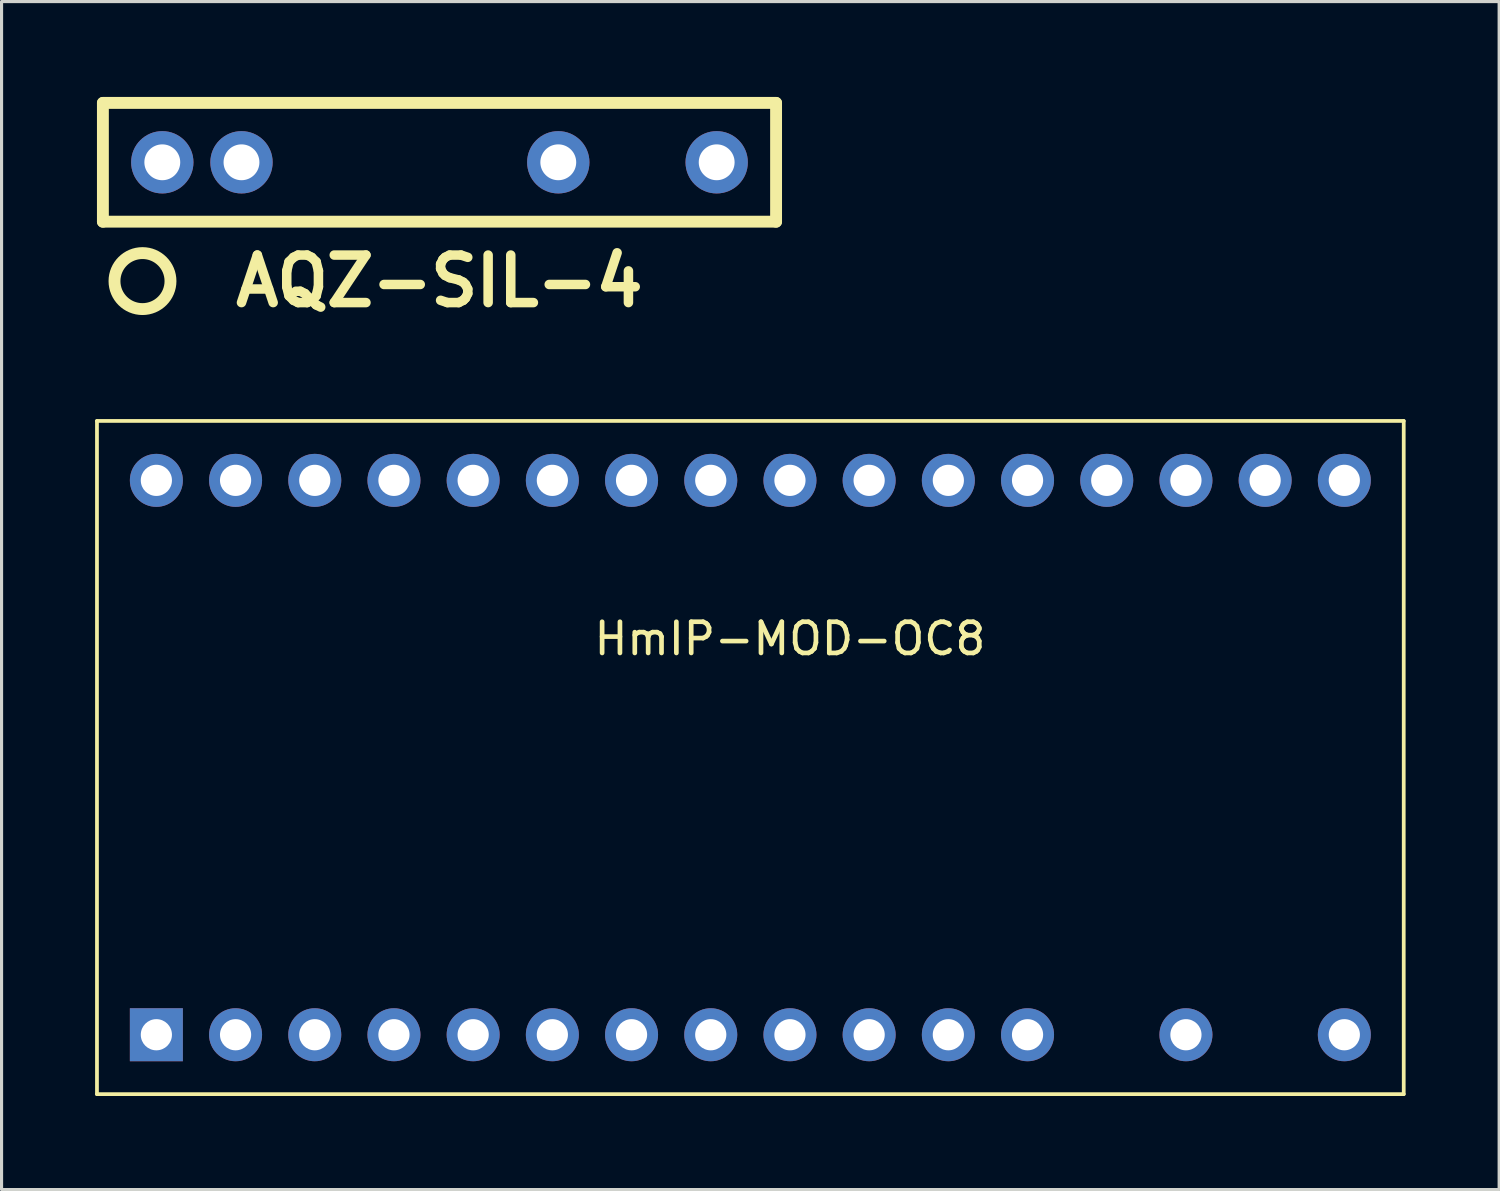
<source format=kicad_pcb>
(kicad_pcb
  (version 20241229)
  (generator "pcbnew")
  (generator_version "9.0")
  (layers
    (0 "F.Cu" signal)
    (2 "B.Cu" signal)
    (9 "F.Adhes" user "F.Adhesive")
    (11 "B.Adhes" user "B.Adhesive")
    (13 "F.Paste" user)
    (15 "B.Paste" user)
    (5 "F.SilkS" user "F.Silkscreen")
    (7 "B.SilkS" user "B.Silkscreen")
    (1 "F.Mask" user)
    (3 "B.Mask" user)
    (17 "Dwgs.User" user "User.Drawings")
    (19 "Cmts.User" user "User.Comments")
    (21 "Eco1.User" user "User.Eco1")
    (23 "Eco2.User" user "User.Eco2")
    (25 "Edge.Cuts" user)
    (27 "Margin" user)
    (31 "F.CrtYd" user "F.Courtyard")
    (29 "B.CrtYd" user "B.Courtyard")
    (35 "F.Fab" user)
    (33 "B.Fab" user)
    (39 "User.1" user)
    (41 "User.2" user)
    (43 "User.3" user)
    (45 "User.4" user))
  (footprint "HmIP-MOD-OC8"
    (layer "F.Cu")
    (at 1.965 30.136)
    (property "Reference" "HmIP-MOD-OC8" (at 20.32 -12.7 0) (layer "F.SilkS") (effects (font (size 1 1) (thickness 0.15))))
    (attr through_hole)
    (fp_line (start -1.905 -19.685) (end 40.005 -19.685) (stroke (width 0.12) (type solid)) (layer "F.SilkS"))
    (fp_line (start -1.905 1.905) (end -1.905 -19.685) (stroke (width 0.12) (type solid)) (layer "F.SilkS"))
    (fp_line (start 40.005 -19.685) (end 40.005 1.905) (stroke (width 0.12) (type solid)) (layer "F.SilkS"))
    (fp_line (start 40.005 1.905) (end -1.905 1.905) (stroke (width 0.12) (type solid)) (layer "F.SilkS"))
    (pad "1" thru_hole rect (at 0 0) (size 1.7 1.7) (drill 1) (layers "*.Cu" "*.Mask"))
    (pad "2" thru_hole circle (at 2.54 0) (size 1.7 1.7) (drill 1) (layers "*.Cu" "*.Mask"))
    (pad "3" thru_hole circle (at 5.08 0) (size 1.7 1.7) (drill 1) (layers "*.Cu" "*.Mask"))
    (pad "4" thru_hole circle (at 7.62 0) (size 1.7 1.7) (drill 1) (layers "*.Cu" "*.Mask"))
    (pad "5" thru_hole circle (at 10.16 0) (size 1.7 1.7) (drill 1) (layers "*.Cu" "*.Mask"))
    (pad "6" thru_hole circle (at 12.7 0) (size 1.7 1.7) (drill 1) (layers "*.Cu" "*.Mask"))
    (pad "7" thru_hole circle (at 15.24 0) (size 1.7 1.7) (drill 1) (layers "*.Cu" "*.Mask"))
    (pad "8" thru_hole circle (at 17.78 0) (size 1.7 1.7) (drill 1) (layers "*.Cu" "*.Mask"))
    (pad "9" thru_hole circle (at 20.32 0) (size 1.7 1.7) (drill 1) (layers "*.Cu" "*.Mask"))
    (pad "10" thru_hole circle (at 22.86 0) (size 1.7 1.7) (drill 1) (layers "*.Cu" "*.Mask"))
    (pad "11" thru_hole circle (at 25.4 0) (size 1.7 1.7) (drill 1) (layers "*.Cu" "*.Mask"))
    (pad "12" thru_hole circle (at 27.94 0) (size 1.7 1.7) (drill 1) (layers "*.Cu" "*.Mask"))
    (pad "14" thru_hole circle (at 33.02 0) (size 1.7 1.7) (drill 1) (layers "*.Cu" "*.Mask"))
    (pad "16" thru_hole circle (at 38.1 0) (size 1.7 1.7) (drill 1) (layers "*.Cu" "*.Mask"))
    (pad "17" thru_hole circle (at 38.1 -17.78) (size 1.7 1.7) (drill 1) (layers "*.Cu" "*.Mask"))
    (pad "18" thru_hole circle (at 35.56 -17.78) (size 1.7 1.7) (drill 1) (layers "*.Cu" "*.Mask"))
    (pad "19" thru_hole circle (at 33.02 -17.78) (size 1.7 1.7) (drill 1) (layers "*.Cu" "*.Mask"))
    (pad "20" thru_hole circle (at 30.48 -17.78) (size 1.7 1.7) (drill 1) (layers "*.Cu" "*.Mask"))
    (pad "21" thru_hole circle (at 27.94 -17.78) (size 1.7 1.7) (drill 1) (layers "*.Cu" "*.Mask"))
    (pad "22" thru_hole circle (at 25.4 -17.78) (size 1.7 1.7) (drill 1) (layers "*.Cu" "*.Mask"))
    (pad "23" thru_hole circle (at 22.86 -17.78) (size 1.7 1.7) (drill 1) (layers "*.Cu" "*.Mask"))
    (pad "24" thru_hole circle (at 20.32 -17.78) (size 1.7 1.7) (drill 1) (layers "*.Cu" "*.Mask"))
    (pad "25" thru_hole circle (at 17.78 -17.78) (size 1.7 1.7) (drill 1) (layers "*.Cu" "*.Mask"))
    (pad "26" thru_hole circle (at 15.24 -17.78) (size 1.7 1.7) (drill 1) (layers "*.Cu" "*.Mask"))
    (pad "27" thru_hole circle (at 12.7 -17.78) (size 1.7 1.7) (drill 1) (layers "*.Cu" "*.Mask"))
    (pad "28" thru_hole circle (at 10.16 -17.78) (size 1.7 1.7) (drill 1) (layers "*.Cu" "*.Mask"))
    (pad "29" thru_hole circle (at 7.62 -17.78) (size 1.7 1.7) (drill 1) (layers "*.Cu" "*.Mask"))
    (pad "30" thru_hole circle (at 5.08 -17.78) (size 1.7 1.7) (drill 1) (layers "*.Cu" "*.Mask"))
    (pad "31" thru_hole circle (at 2.54 -17.78) (size 1.7 1.7) (drill 1) (layers "*.Cu" "*.Mask"))
    (pad "32" thru_hole circle (at 0 -17.78) (size 1.7 1.7) (drill 1) (layers "*.Cu" "*.Mask")))
  (footprint "AQZ-SIL-4"
    (layer "F.Cu")
    (at 0.25 0.25)
    (property "Reference" "AQZ-SIL-4" (at 10.795 5.715 0) (layer "F.SilkS") (effects (font (size 1.524 1.524) (thickness 0.305))))
    (attr through_hole)
    (fp_line (start 0 0) (end 21.59 0) (stroke (width 0.381) (type solid)) (layer "F.SilkS"))
    (fp_line (start 0 3.81) (end 0 0) (stroke (width 0.381) (type solid)) (layer "F.SilkS"))
    (fp_line (start 21.59 0) (end 21.59 3.81) (stroke (width 0.381) (type solid)) (layer "F.SilkS"))
    (fp_line (start 21.59 3.81) (end 0 3.81) (stroke (width 0.381) (type solid)) (layer "F.SilkS"))
    (fp_circle (center 1.27 5.715) (end 1.905 5.08) (stroke (width 0.381) (type solid)) (fill no) (layer "F.SilkS"))
    (pad "1" thru_hole circle (at 1.905 1.905) (size 1.999 1.999) (drill 1.15) (layers "*.Cu" "*.Mask"))
    (pad "2" thru_hole circle (at 4.445 1.905) (size 1.999 1.999) (drill 1.15) (layers "*.Cu" "*.Mask"))
    (pad "3" thru_hole circle (at 14.605 1.905) (size 1.999 1.999) (drill 1.15) (layers "*.Cu" "*.Mask"))
    (pad "4" thru_hole circle (at 19.685 1.905) (size 1.999 1.999) (drill 1.15) (layers "*.Cu" "*.Mask")))
  (gr_rect
    (start -3 -3)
    (end 45.03 35.101)
    (stroke (width 0.1) (type default))
    (fill no)
    (layer "Edge.Cuts")))
</source>
